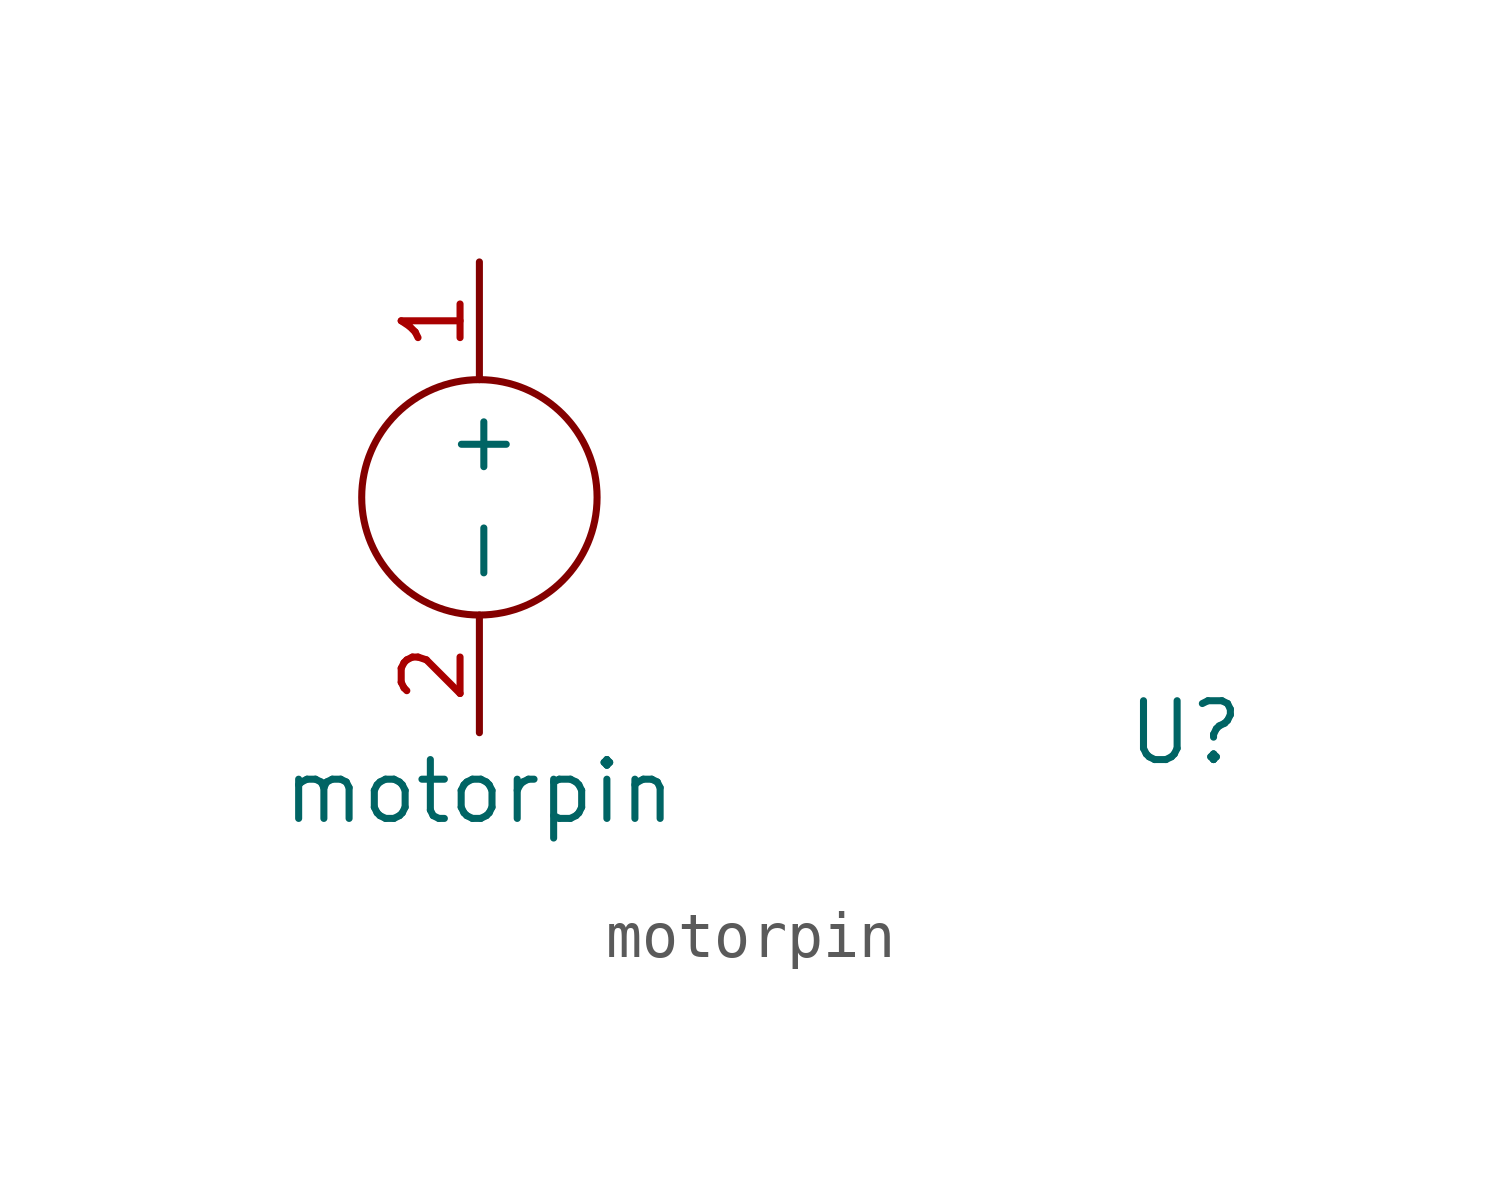
<source format=kicad_sym>
(kicad_symbol_lib
  (version 20211014)
  (generator kicad_symbol_editor)
  (symbol "motorpin"
    (property "Reference" "U"
      (at 15.24 -5.08 0)
      (effects (font (size 1.27 1.27))))
    (property "Value" "motorpin"
      (at 0 -6.35 0)
      (effects (font (size 1.27 1.27))))
    (symbol "motorpin_0_1"
      (circle (center 0 0) (radius 2.54) (stroke (width 0) (type default) (color 0 0 0 0)) (fill (type none))))
    (symbol "motorpin_1_1"
      (pin input line (at 0 5.08 270) (length 2.54) (name "+" (effects (font (size 1.27 1.27)))) (number "1" (effects (font (size 1.27 1.27)))))
      (pin output line (at 0 -5.08 90) (length 2.54) (name "-" (effects (font (size 1.27 1.27)))) (number "2" (effects (font (size 1.27 1.27))))))))
</source>
